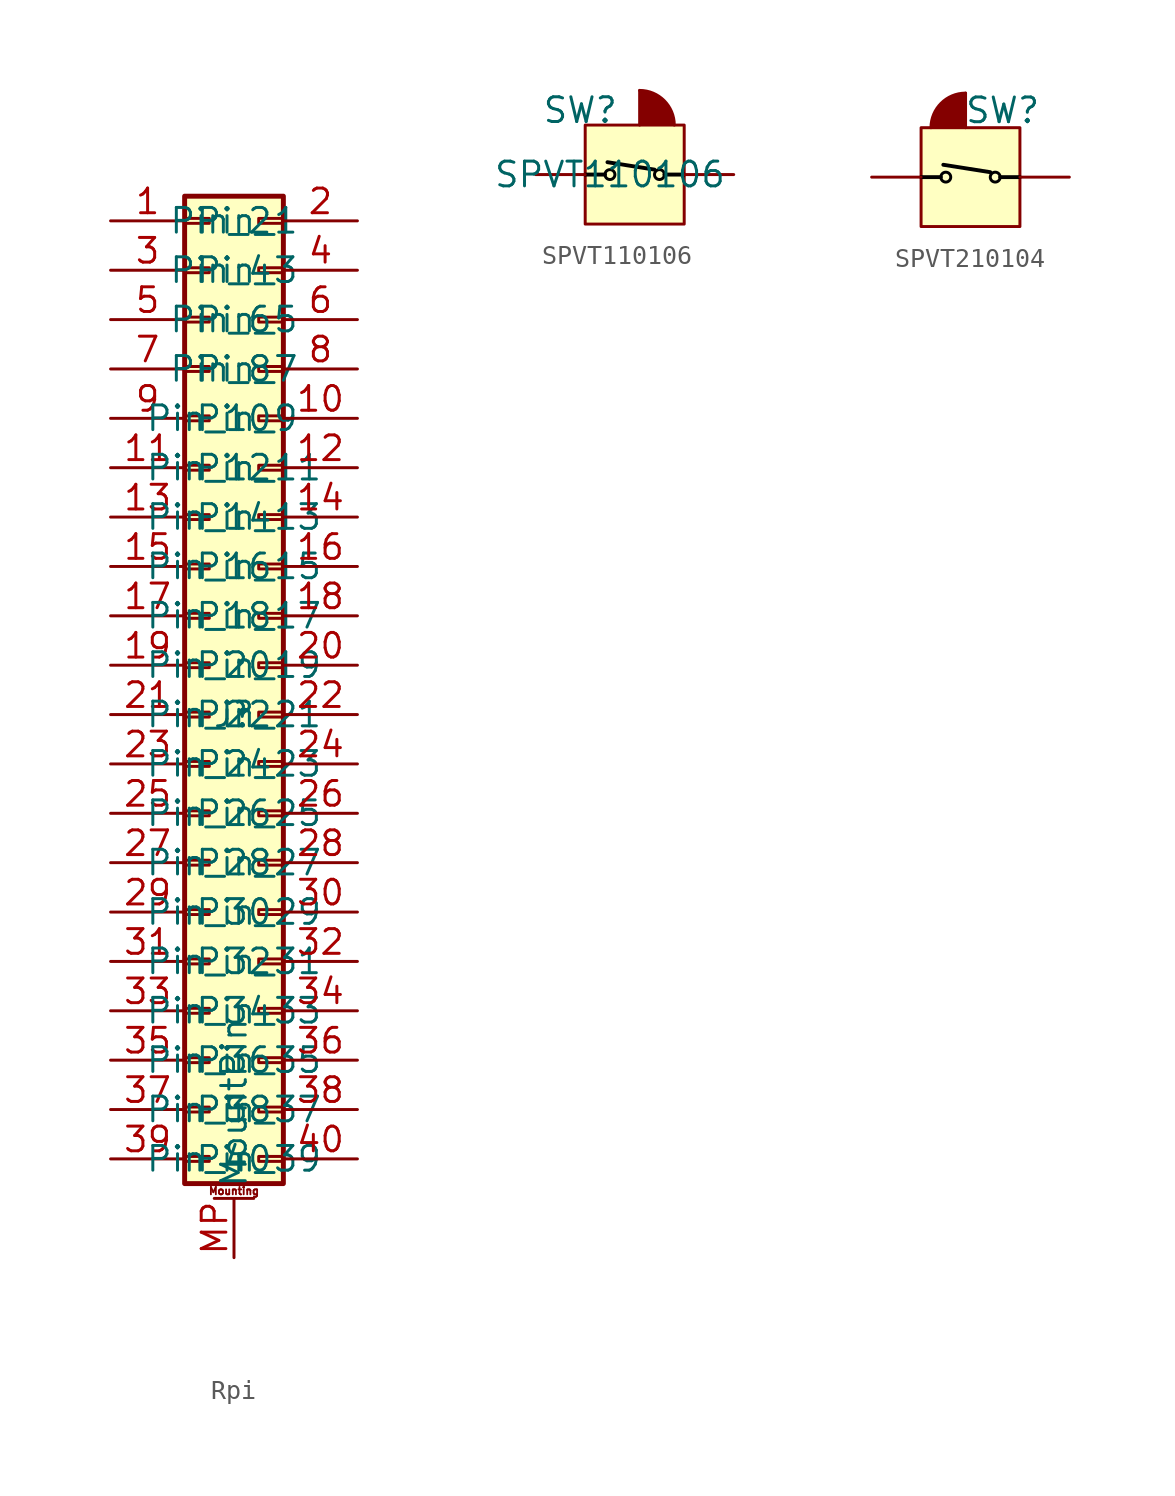
<source format=kicad_sym>
(kicad_symbol_lib
  (version 20231120)
  (generator "kicad_symbol_editor")
  (generator_version "8.0")
  (symbol "Rpi"
    (property "Reference" "J"
      (at 0 0 0)
      (effects (font (size 1.27 1.27))))
    (property "Value" ""
      (at 0 0 0)
      (effects (font (size 1.27 1.27))))
    (symbol "Rpi_1_1"
      (rectangle (start -2.54 -22.733) (end -1.27 -22.987) (stroke (width 0.152) (type default)) (fill (type none)))
      (rectangle (start -2.54 -20.193) (end -1.27 -20.447) (stroke (width 0.152) (type default)) (fill (type none)))
      (rectangle (start -2.54 -17.653) (end -1.27 -17.907) (stroke (width 0.152) (type default)) (fill (type none)))
      (rectangle (start -2.54 -15.113) (end -1.27 -15.367) (stroke (width 0.152) (type default)) (fill (type none)))
      (rectangle (start -2.54 -12.573) (end -1.27 -12.827) (stroke (width 0.152) (type default)) (fill (type none)))
      (rectangle (start -2.54 -10.033) (end -1.27 -10.287) (stroke (width 0.152) (type default)) (fill (type none)))
      (rectangle (start -2.54 -7.493) (end -1.27 -7.747) (stroke (width 0.152) (type default)) (fill (type none)))
      (rectangle (start -2.54 -4.953) (end -1.27 -5.207) (stroke (width 0.152) (type default)) (fill (type none)))
      (rectangle (start -2.54 -2.413) (end -1.27 -2.667) (stroke (width 0.152) (type default)) (fill (type none)))
      (rectangle (start -2.54 0.127) (end -1.27 -0.127) (stroke (width 0.152) (type default)) (fill (type none)))
      (rectangle (start -2.54 2.667) (end -1.27 2.413) (stroke (width 0.152) (type default)) (fill (type none)))
      (rectangle (start -2.54 5.207) (end -1.27 4.953) (stroke (width 0.152) (type default)) (fill (type none)))
      (rectangle (start -2.54 7.747) (end -1.27 7.493) (stroke (width 0.152) (type default)) (fill (type none)))
      (rectangle (start -2.54 10.287) (end -1.27 10.033) (stroke (width 0.152) (type default)) (fill (type none)))
      (rectangle (start -2.54 12.827) (end -1.27 12.573) (stroke (width 0.152) (type default)) (fill (type none)))
      (rectangle (start -2.54 15.367) (end -1.27 15.113) (stroke (width 0.152) (type default)) (fill (type none)))
      (rectangle (start -2.54 17.907) (end -1.27 17.653) (stroke (width 0.152) (type default)) (fill (type none)))
      (rectangle (start -2.54 20.447) (end -1.27 20.193) (stroke (width 0.152) (type default)) (fill (type none)))
      (rectangle (start -2.54 22.987) (end -1.27 22.733) (stroke (width 0.152) (type default)) (fill (type none)))
      (rectangle (start -2.54 25.527) (end -1.27 25.273) (stroke (width 0.152) (type default)) (fill (type none)))
      (rectangle (start -2.54 26.67) (end 2.54 -24.13) (stroke (width 0.254) (type default)) (fill (type background)))
      (polyline (pts (xy -1.016 -24.892) (xy 1.016 -24.892)) (stroke (width 0.152) (type default)) (fill (type none)))
      (rectangle (start 2.54 -22.733) (end 1.27 -22.987) (stroke (width 0.152) (type default)) (fill (type none)))
      (rectangle (start 2.54 -20.193) (end 1.27 -20.447) (stroke (width 0.152) (type default)) (fill (type none)))
      (rectangle (start 2.54 -17.653) (end 1.27 -17.907) (stroke (width 0.152) (type default)) (fill (type none)))
      (rectangle (start 2.54 -15.113) (end 1.27 -15.367) (stroke (width 0.152) (type default)) (fill (type none)))
      (rectangle (start 2.54 -12.573) (end 1.27 -12.827) (stroke (width 0.152) (type default)) (fill (type none)))
      (rectangle (start 2.54 -10.033) (end 1.27 -10.287) (stroke (width 0.152) (type default)) (fill (type none)))
      (rectangle (start 2.54 -7.493) (end 1.27 -7.747) (stroke (width 0.152) (type default)) (fill (type none)))
      (rectangle (start 2.54 -4.953) (end 1.27 -5.207) (stroke (width 0.152) (type default)) (fill (type none)))
      (rectangle (start 2.54 -2.413) (end 1.27 -2.667) (stroke (width 0.152) (type default)) (fill (type none)))
      (rectangle (start 2.54 0.127) (end 1.27 -0.127) (stroke (width 0.152) (type default)) (fill (type none)))
      (rectangle (start 2.54 2.667) (end 1.27 2.413) (stroke (width 0.152) (type default)) (fill (type none)))
      (rectangle (start 2.54 5.207) (end 1.27 4.953) (stroke (width 0.152) (type default)) (fill (type none)))
      (rectangle (start 2.54 7.747) (end 1.27 7.493) (stroke (width 0.152) (type default)) (fill (type none)))
      (rectangle (start 2.54 10.287) (end 1.27 10.033) (stroke (width 0.152) (type default)) (fill (type none)))
      (rectangle (start 2.54 12.827) (end 1.27 12.573) (stroke (width 0.152) (type default)) (fill (type none)))
      (rectangle (start 2.54 15.367) (end 1.27 15.113) (stroke (width 0.152) (type default)) (fill (type none)))
      (rectangle (start 2.54 17.907) (end 1.27 17.653) (stroke (width 0.152) (type default)) (fill (type none)))
      (rectangle (start 2.54 20.447) (end 1.27 20.193) (stroke (width 0.152) (type default)) (fill (type none)))
      (rectangle (start 2.54 22.987) (end 1.27 22.733) (stroke (width 0.152) (type default)) (fill (type none)))
      (rectangle (start 2.54 25.527) (end 1.27 25.273) (stroke (width 0.152) (type default)) (fill (type none)))
      (text "Mounting" (at 0 -24.511 0) (effects (font (size 0.381 0.381))))
      (pin passive line (at -6.35 25.4 0) (length 3.81) (name "Pin_1" (effects (font (size 1.27 1.27)))) (number "1" (effects (font (size 1.27 1.27)))))
      (pin passive line (at 6.35 15.24 180) (length 3.81) (name "Pin_10" (effects (font (size 1.27 1.27)))) (number "10" (effects (font (size 1.27 1.27)))))
      (pin passive line (at -6.35 12.7 0) (length 3.81) (name "Pin_11" (effects (font (size 1.27 1.27)))) (number "11" (effects (font (size 1.27 1.27)))))
      (pin passive line (at 6.35 12.7 180) (length 3.81) (name "Pin_12" (effects (font (size 1.27 1.27)))) (number "12" (effects (font (size 1.27 1.27)))))
      (pin passive line (at -6.35 10.16 0) (length 3.81) (name "Pin_13" (effects (font (size 1.27 1.27)))) (number "13" (effects (font (size 1.27 1.27)))))
      (pin passive line (at 6.35 10.16 180) (length 3.81) (name "Pin_14" (effects (font (size 1.27 1.27)))) (number "14" (effects (font (size 1.27 1.27)))))
      (pin passive line (at -6.35 7.62 0) (length 3.81) (name "Pin_15" (effects (font (size 1.27 1.27)))) (number "15" (effects (font (size 1.27 1.27)))))
      (pin passive line (at 6.35 7.62 180) (length 3.81) (name "Pin_16" (effects (font (size 1.27 1.27)))) (number "16" (effects (font (size 1.27 1.27)))))
      (pin passive line (at -6.35 5.08 0) (length 3.81) (name "Pin_17" (effects (font (size 1.27 1.27)))) (number "17" (effects (font (size 1.27 1.27)))))
      (pin passive line (at 6.35 5.08 180) (length 3.81) (name "Pin_18" (effects (font (size 1.27 1.27)))) (number "18" (effects (font (size 1.27 1.27)))))
      (pin passive line (at -6.35 2.54 0) (length 3.81) (name "Pin_19" (effects (font (size 1.27 1.27)))) (number "19" (effects (font (size 1.27 1.27)))))
      (pin passive line (at 6.35 25.4 180) (length 3.81) (name "Pin_2" (effects (font (size 1.27 1.27)))) (number "2" (effects (font (size 1.27 1.27)))))
      (pin passive line (at 6.35 2.54 180) (length 3.81) (name "Pin_20" (effects (font (size 1.27 1.27)))) (number "20" (effects (font (size 1.27 1.27)))))
      (pin passive line (at -6.35 0 0) (length 3.81) (name "Pin_21" (effects (font (size 1.27 1.27)))) (number "21" (effects (font (size 1.27 1.27)))))
      (pin passive line (at 6.35 0 180) (length 3.81) (name "Pin_22" (effects (font (size 1.27 1.27)))) (number "22" (effects (font (size 1.27 1.27)))))
      (pin passive line (at -6.35 -2.54 0) (length 3.81) (name "Pin_23" (effects (font (size 1.27 1.27)))) (number "23" (effects (font (size 1.27 1.27)))))
      (pin passive line (at 6.35 -2.54 180) (length 3.81) (name "Pin_24" (effects (font (size 1.27 1.27)))) (number "24" (effects (font (size 1.27 1.27)))))
      (pin passive line (at -6.35 -5.08 0) (length 3.81) (name "Pin_25" (effects (font (size 1.27 1.27)))) (number "25" (effects (font (size 1.27 1.27)))))
      (pin passive line (at 6.35 -5.08 180) (length 3.81) (name "Pin_26" (effects (font (size 1.27 1.27)))) (number "26" (effects (font (size 1.27 1.27)))))
      (pin passive line (at -6.35 -7.62 0) (length 3.81) (name "Pin_27" (effects (font (size 1.27 1.27)))) (number "27" (effects (font (size 1.27 1.27)))))
      (pin passive line (at 6.35 -7.62 180) (length 3.81) (name "Pin_28" (effects (font (size 1.27 1.27)))) (number "28" (effects (font (size 1.27 1.27)))))
      (pin passive line (at -6.35 -10.16 0) (length 3.81) (name "Pin_29" (effects (font (size 1.27 1.27)))) (number "29" (effects (font (size 1.27 1.27)))))
      (pin passive line (at -6.35 22.86 0) (length 3.81) (name "Pin_3" (effects (font (size 1.27 1.27)))) (number "3" (effects (font (size 1.27 1.27)))))
      (pin passive line (at 6.35 -10.16 180) (length 3.81) (name "Pin_30" (effects (font (size 1.27 1.27)))) (number "30" (effects (font (size 1.27 1.27)))))
      (pin passive line (at -6.35 -12.7 0) (length 3.81) (name "Pin_31" (effects (font (size 1.27 1.27)))) (number "31" (effects (font (size 1.27 1.27)))))
      (pin passive line (at 6.35 -12.7 180) (length 3.81) (name "Pin_32" (effects (font (size 1.27 1.27)))) (number "32" (effects (font (size 1.27 1.27)))))
      (pin passive line (at -6.35 -15.24 0) (length 3.81) (name "Pin_33" (effects (font (size 1.27 1.27)))) (number "33" (effects (font (size 1.27 1.27)))))
      (pin passive line (at 6.35 -15.24 180) (length 3.81) (name "Pin_34" (effects (font (size 1.27 1.27)))) (number "34" (effects (font (size 1.27 1.27)))))
      (pin passive line (at -6.35 -17.78 0) (length 3.81) (name "Pin_35" (effects (font (size 1.27 1.27)))) (number "35" (effects (font (size 1.27 1.27)))))
      (pin passive line (at 6.35 -17.78 180) (length 3.81) (name "Pin_36" (effects (font (size 1.27 1.27)))) (number "36" (effects (font (size 1.27 1.27)))))
      (pin passive line (at -6.35 -20.32 0) (length 3.81) (name "Pin_37" (effects (font (size 1.27 1.27)))) (number "37" (effects (font (size 1.27 1.27)))))
      (pin passive line (at 6.35 -20.32 180) (length 3.81) (name "Pin_38" (effects (font (size 1.27 1.27)))) (number "38" (effects (font (size 1.27 1.27)))))
      (pin passive line (at -6.35 -22.86 0) (length 3.81) (name "Pin_39" (effects (font (size 1.27 1.27)))) (number "39" (effects (font (size 1.27 1.27)))))
      (pin passive line (at 6.35 22.86 180) (length 3.81) (name "Pin_4" (effects (font (size 1.27 1.27)))) (number "4" (effects (font (size 1.27 1.27)))))
      (pin passive line (at 6.35 -22.86 180) (length 3.81) (name "Pin_40" (effects (font (size 1.27 1.27)))) (number "40" (effects (font (size 1.27 1.27)))))
      (pin passive line (at -6.35 20.32 0) (length 3.81) (name "Pin_5" (effects (font (size 1.27 1.27)))) (number "5" (effects (font (size 1.27 1.27)))))
      (pin passive line (at 6.35 20.32 180) (length 3.81) (name "Pin_6" (effects (font (size 1.27 1.27)))) (number "6" (effects (font (size 1.27 1.27)))))
      (pin passive line (at -6.35 17.78 0) (length 3.81) (name "Pin_7" (effects (font (size 1.27 1.27)))) (number "7" (effects (font (size 1.27 1.27)))))
      (pin passive line (at 6.35 17.78 180) (length 3.81) (name "Pin_8" (effects (font (size 1.27 1.27)))) (number "8" (effects (font (size 1.27 1.27)))))
      (pin passive line (at -6.35 15.24 0) (length 3.81) (name "Pin_9" (effects (font (size 1.27 1.27)))) (number "9" (effects (font (size 1.27 1.27)))))
      (pin passive line (at 0 -27.94 90) (length 3.048) (name "MountPin" (effects (font (size 1.27 1.27)))) (number "MP" (effects (font (size 1.27 1.27)))))))
  (symbol "SPVT110106"
    (pin_numbers hide)
    (pin_names
      (offset 0) hide)
    (property "Reference" "SW"
      (at -2.794 3.302 0)
      (effects (font (size 1.27 1.27))))
    (property "Value" "SPVT110106"
      (at -1.27 0 0)
      (effects (font (size 1.27 1.27))))
    (symbol "SPVT110106_0_1"
      (polyline (pts (xy 0.254 4.318) (xy 0.254 2.54)) (stroke (width 0) (type default)) (fill (type none))))
    (symbol "SPVT110106_1_1"
      (rectangle (start -2.54 2.54) (end 2.54 -2.54) (stroke (width 0) (type default)) (fill (type background)))
      (circle (center -1.27 0) (radius 0.254) (stroke (width 0) (type default) (color 0 0 0 1)) (fill (type none)))
      (polyline (pts (xy -2.54 0) (xy -1.524 0)) (stroke (width 0.2) (type default) (color 0 0 0 1)) (fill (type none)))
      (polyline (pts (xy 1.016 0.254) (xy -1.397 0.635)) (stroke (width 0.2) (type default) (color 0 0 0 1)) (fill (type none)))
      (polyline (pts (xy 1.524 0) (xy 2.54 0)) (stroke (width 0.2) (type default) (color 0 0 0 1)) (fill (type none)))
      (circle (center 1.27 0) (radius 0.254) (stroke (width 0) (type default) (color 0 0 0 1)) (fill (type none)))
      (arc (start 2.032 2.54) (mid 1.5105 3.7965) (end 0.254 4.318) (stroke (width 0) (type default)) (fill (type outline)))
      (pin passive line (at -5.08 0 0) (length 2.54) (name "" (effects (font (size 1.27 1.27)))) (number "1" (effects (font (size 1.27 1.27)))))
      (pin passive line (at -5.08 0 0) (length 2.54) hide (name "" (effects (font (size 1.27 1.27)))) (number "2" (effects (font (size 1.27 1.27)))))
      (pin passive line (at 5.08 0 180) (length 2.54) (name "" (effects (font (size 1.27 1.27)))) (number "3" (effects (font (size 1.27 1.27)))))
      (pin passive line (at 5.08 0 180) (length 2.54) hide (name "" (effects (font (size 1.27 1.27)))) (number "4" (effects (font (size 1.27 1.27)))))))
  (symbol "SPVT210104"
    (pin_numbers hide)
    (pin_names
      (offset 0) hide)
    (property "Reference" "SW"
      (at 1.651 3.429 0)
      (effects (font (size 1.27 1.27))))
    (symbol "SPVT210104_0_1"
      (polyline (pts (xy -0.254 4.318) (xy -0.254 2.54)) (stroke (width 0) (type default)) (fill (type none))))
    (symbol "SPVT210104_1_1"
      (rectangle (start -2.54 2.54) (end 2.54 -2.54) (stroke (width 0) (type default)) (fill (type background)))
      (circle (center -1.27 0) (radius 0.254) (stroke (width 0) (type default) (color 0 0 0 1)) (fill (type none)))
      (arc (start -0.254 4.318) (mid -1.5105 3.7965) (end -2.032 2.54) (stroke (width 0) (type default)) (fill (type outline)))
      (polyline (pts (xy -2.54 0) (xy -1.524 0)) (stroke (width 0.2) (type default) (color 0 0 0 1)) (fill (type none)))
      (polyline (pts (xy 1.016 0.254) (xy -1.397 0.635)) (stroke (width 0.2) (type default) (color 0 0 0 1)) (fill (type none)))
      (polyline (pts (xy 1.524 0) (xy 2.54 0)) (stroke (width 0.2) (type default) (color 0 0 0 1)) (fill (type none)))
      (circle (center 1.27 0) (radius 0.254) (stroke (width 0) (type default) (color 0 0 0 1)) (fill (type none)))
      (pin passive line (at -5.08 0 0) (length 2.54) (name "" (effects (font (size 1.27 1.27)))) (number "1" (effects (font (size 1.27 1.27)))))
      (pin passive line (at -5.08 0 0) (length 2.54) hide (name "" (effects (font (size 1.27 1.27)))) (number "2" (effects (font (size 1.27 1.27)))))
      (pin passive line (at 5.08 0 180) (length 2.54) (name "" (effects (font (size 1.27 1.27)))) (number "3" (effects (font (size 1.27 1.27)))))
      (pin passive line (at 5.08 0 180) (length 2.54) hide (name "" (effects (font (size 1.27 1.27)))) (number "4" (effects (font (size 1.27 1.27))))))))
</source>
